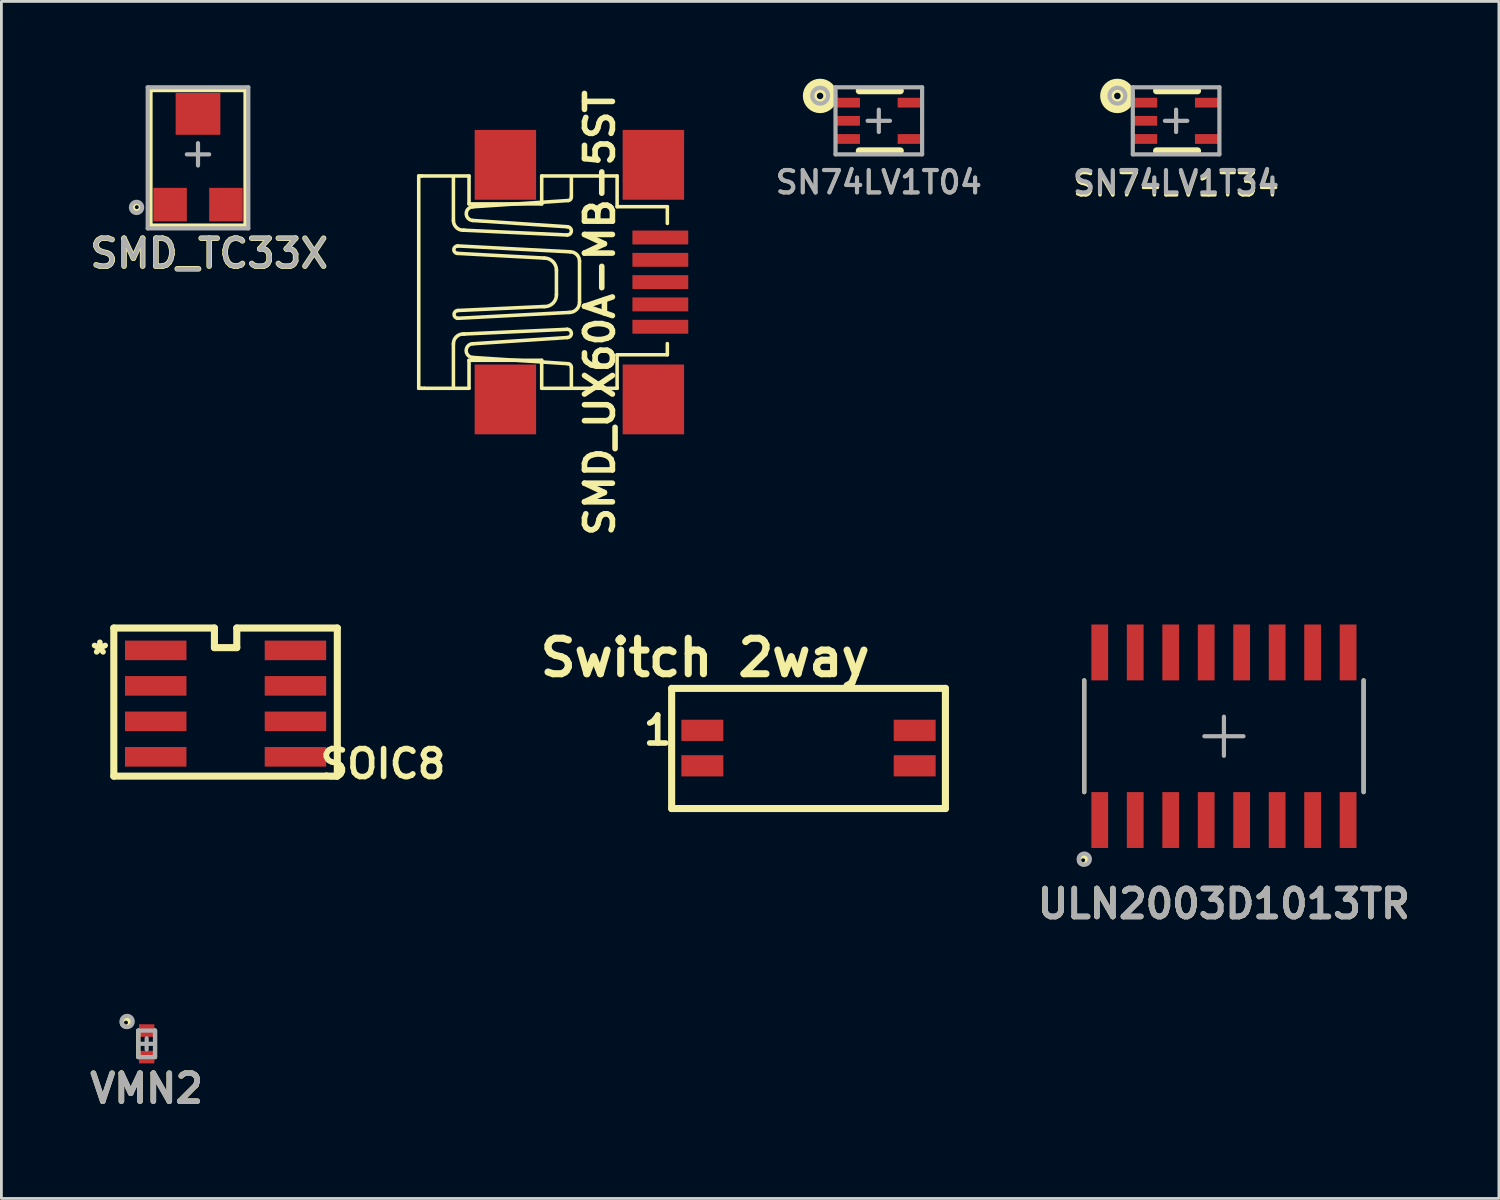
<source format=kicad_pcb>
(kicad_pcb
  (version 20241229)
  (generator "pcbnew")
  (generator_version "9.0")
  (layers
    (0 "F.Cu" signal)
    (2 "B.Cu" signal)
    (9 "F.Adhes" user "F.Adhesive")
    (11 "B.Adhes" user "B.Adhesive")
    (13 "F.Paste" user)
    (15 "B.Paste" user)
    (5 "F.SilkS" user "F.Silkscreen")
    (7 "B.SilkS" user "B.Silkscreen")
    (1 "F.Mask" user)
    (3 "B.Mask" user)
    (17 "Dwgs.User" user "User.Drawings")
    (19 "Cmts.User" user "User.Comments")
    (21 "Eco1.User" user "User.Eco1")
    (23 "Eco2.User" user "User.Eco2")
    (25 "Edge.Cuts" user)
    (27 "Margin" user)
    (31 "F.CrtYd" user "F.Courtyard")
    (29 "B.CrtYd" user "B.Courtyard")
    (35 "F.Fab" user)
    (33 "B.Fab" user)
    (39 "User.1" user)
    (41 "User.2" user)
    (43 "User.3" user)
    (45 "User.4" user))
  (footprint "SN74LV1T04"
    (layer "F.Cu")
    (at 28.409 1.275)
    (property "Reference" "SN74LV1T04" (at 0 2.2 0) (layer "F.SilkS") (effects (font (size 0.8 0.8) (thickness 0.125))))
    (attr smd)
    (fp_line (start -0.7 -1.075) (end 0.77 -1.075) (stroke (width 0.25) (type solid)) (layer "F.SilkS"))
    (fp_line (start -0.7 1.075) (end 0.77 1.075) (stroke (width 0.25) (type solid)) (layer "F.SilkS"))
    (fp_circle (center -2.103 -0.891) (end -2.001 -0.947) (stroke (width 0.5) (type solid)) (fill no) (layer "F.SilkS"))
    (fp_line (start -1.55 -1.2) (end 1.55 -1.2) (stroke (width 0.15) (type solid)) (layer "F.Fab"))
    (fp_line (start -1.55 1.2) (end -1.55 -1.2) (stroke (width 0.15) (type solid)) (layer "F.Fab"))
    (fp_line (start -0.4 0) (end 0.4 0) (stroke (width 0.15) (type solid)) (layer "F.Fab"))
    (fp_line (start 0 -0.4) (end 0 0.4) (stroke (width 0.15) (type solid)) (layer "F.Fab"))
    (fp_line (start 1.55 -1.2) (end 1.55 1.2) (stroke (width 0.15) (type solid)) (layer "F.Fab"))
    (fp_line (start 1.55 1.2) (end -1.55 1.2) (stroke (width 0.15) (type solid)) (layer "F.Fab"))
    (fp_circle (center -2.1 -0.9) (end -1.9 -0.7) (stroke (width 0.15) (type solid)) (fill no) (layer "F.Fab"))
    (fp_text user "${REFERENCE}" (at 0 2.2 0) (layer "F.Fab") (effects (font (size 0.8 0.8) (thickness 0.15))))
    (pad "1" smd rect (at -1.1 -0.65) (size 0.85 0.35) (layers "F.Cu" "F.Mask" "F.Paste"))
    (pad "2" smd rect (at -1.1 0) (size 0.85 0.35) (layers "F.Cu" "F.Mask" "F.Paste"))
    (pad "3" smd rect (at -1.1 0.65) (size 0.85 0.35) (layers "F.Cu" "F.Mask" "F.Paste"))
    (pad "4" smd rect (at 1.1 0.65) (size 0.85 0.35) (layers "F.Cu" "F.Mask" "F.Paste"))
    (pad "5" smd rect (at 1.1 -0.65) (size 0.85 0.35) (layers "F.Cu" "F.Mask" "F.Paste")))
  (footprint "ULN2003D1013TR"
    (layer "F.Cu")
    (at 40.763 23.305)
    (property "Reference" "ULN2003D1013TR" (at 0 6 0) (layer "F.SilkS") (effects (font (size 1 1) (thickness 0.2))))
    (attr through_hole)
    (fp_line (start -5 -2) (end -5 2) (stroke (width 0.15) (type solid)) (layer "F.SilkS"))
    (fp_line (start 5 -2) (end 5 2) (stroke (width 0.15) (type solid)) (layer "F.SilkS"))
    (fp_circle (center -5.04 4.44) (end -4.933 4.54) (stroke (width 0.152) (type solid)) (fill no) (layer "F.SilkS"))
    (fp_line (start -5 -2) (end -5 2) (stroke (width 0.15) (type solid)) (layer "F.Fab"))
    (fp_line (start -0.7 0) (end 0.7 0) (stroke (width 0.15) (type solid)) (layer "F.Fab"))
    (fp_line (start 0 -0.7) (end 0 0.7) (stroke (width 0.15) (type solid)) (layer "F.Fab"))
    (fp_line (start 5 -2) (end 5 2) (stroke (width 0.15) (type solid)) (layer "F.Fab"))
    (fp_circle (center -5 4.4) (end -4.8 4.4) (stroke (width 0.15) (type solid)) (fill no) (layer "F.Fab"))
    (fp_text user "${REFERENCE}" (at 0 6 0) (layer "F.Fab") (effects (font (size 1 1) (thickness 0.2))))
    (pad "1" smd rect (at -4.445 3) (size 0.6 2) (layers "F.Cu" "F.Mask" "F.Paste"))
    (pad "2" smd rect (at -3.175 3) (size 0.6 2) (layers "F.Cu" "F.Mask" "F.Paste"))
    (pad "3" smd rect (at -1.905 3) (size 0.6 2) (layers "F.Cu" "F.Mask" "F.Paste"))
    (pad "4" smd rect (at -0.635 3) (size 0.6 2) (layers "F.Cu" "F.Mask" "F.Paste"))
    (pad "5" smd rect (at 0.635 3) (size 0.6 2) (layers "F.Cu" "F.Mask" "F.Paste"))
    (pad "6" smd rect (at 1.905 3) (size 0.6 2) (layers "F.Cu" "F.Mask" "F.Paste"))
    (pad "7" smd rect (at 3.175 3) (size 0.6 2) (layers "F.Cu" "F.Mask" "F.Paste"))
    (pad "8" smd rect (at 4.445 3) (size 0.6 2) (layers "F.Cu" "F.Mask" "F.Paste"))
    (pad "9" smd rect (at 4.445 -3) (size 0.6 2) (layers "F.Cu" "F.Mask" "F.Paste"))
    (pad "10" smd rect (at 3.175 -3) (size 0.6 2) (layers "F.Cu" "F.Mask" "F.Paste"))
    (pad "11" smd rect (at 1.905 -3) (size 0.6 2) (layers "F.Cu" "F.Mask" "F.Paste"))
    (pad "12" smd rect (at 0.635 -3) (size 0.6 2) (layers "F.Cu" "F.Mask" "F.Paste"))
    (pad "13" smd rect (at -0.635 -3) (size 0.6 2) (layers "F.Cu" "F.Mask" "F.Paste"))
    (pad "14" smd rect (at -1.905 -3) (size 0.6 2) (layers "F.Cu" "F.Mask" "F.Paste"))
    (pad "15" smd rect (at -3.175 -3) (size 0.6 2) (layers "F.Cu" "F.Mask" "F.Paste"))
    (pad "16" smd rect (at -4.445 -3) (size 0.6 2) (layers "F.Cu" "F.Mask" "F.Paste")))
  (footprint "VMN2"
    (layer "F.Cu")
    (at 2.2 34.316)
    (property "Reference" "VMN2" (at 0 1.6 0) (layer "F.SilkS") (effects (font (size 1 1) (thickness 0.2))))
    (attr through_hole)
    (fp_line (start -0.3 0.475) (end -0.3 -0.475) (stroke (width 0.15) (type solid)) (layer "F.SilkS"))
    (fp_line (start 0.3 0.475) (end 0.3 -0.475) (stroke (width 0.15) (type solid)) (layer "F.SilkS"))
    (fp_circle (center -0.74 -0.76) (end -0.633 -0.66) (stroke (width 0.152) (type solid)) (fill no) (layer "F.SilkS"))
    (fp_line (start -0.3 -0.475) (end -0.3 0.475) (stroke (width 0.15) (type solid)) (layer "F.Fab"))
    (fp_line (start -0.2 0) (end 0.2 0) (stroke (width 0.15) (type solid)) (layer "F.Fab"))
    (fp_line (start 0 -0.2) (end 0 0.2) (stroke (width 0.15) (type solid)) (layer "F.Fab"))
    (fp_line (start 0.3 -0.475) (end -0.3 -0.475) (stroke (width 0.15) (type solid)) (layer "F.Fab"))
    (fp_line (start 0.3 -0.475) (end 0.3 0.475) (stroke (width 0.15) (type solid)) (layer "F.Fab"))
    (fp_line (start 0.3 0.475) (end -0.3 0.475) (stroke (width 0.15) (type solid)) (layer "F.Fab"))
    (fp_circle (center -0.7 -0.8) (end -0.5 -0.8) (stroke (width 0.15) (type solid)) (fill no) (layer "F.Fab"))
    (fp_text user "${REFERENCE}" (at 0 1.6 0) (layer "F.Fab") (effects (font (size 1 1) (thickness 0.2))))
    (pad "1" smd rect (at 0 -0.475) (size 0.55 0.45) (layers "F.Cu" "F.Mask" "F.Paste"))
    (pad "2" smd rect (at 0 0.475) (size 0.55 0.45) (layers "F.Cu" "F.Mask" "F.Paste")))
  (footprint "SMD_UX60A-MB-5ST"
    (layer "F.Cu")
    (at 18.34 7.049)
    (property "Reference" "SMD_UX60A-MB-5ST" (at 0.08 1.103 90) (layer "F.SilkS") (effects (font (size 1 1) (thickness 0.2))))
    (attr smd)
    (fp_line (start -6.401 -3.8) (end -6.401 3.8) (stroke (width 0.127) (type solid)) (layer "F.SilkS"))
    (fp_line (start -6.401 3.8) (end -6.299 3.8) (stroke (width 0.127) (type solid)) (layer "F.SilkS"))
    (fp_line (start -6.299 -3.8) (end -6.401 -3.8) (stroke (width 0.127) (type solid)) (layer "F.SilkS"))
    (fp_line (start -6.299 -3.8) (end -4.6 -3.8) (stroke (width 0.127) (type solid)) (layer "F.SilkS"))
    (fp_line (start -6.2 3.8) (end -6.299 3.8) (stroke (width 0.127) (type solid)) (layer "F.SilkS"))
    (fp_line (start -5.159 -3.749) (end -5.159 -2.207) (stroke (width 0.127) (type solid)) (layer "F.SilkS"))
    (fp_line (start -5.159 3.749) (end -5.159 2.207) (stroke (width 0.127) (type solid)) (layer "F.SilkS"))
    (fp_line (start -5.019 -1.029) (end -1.905 -0.861) (stroke (width 0.127) (type solid)) (layer "F.SilkS"))
    (fp_line (start -5.004 1.295) (end -1.008 1.085) (stroke (width 0.127) (type solid)) (layer "F.SilkS"))
    (fp_line (start -4.808 -1.857) (end -4.765 -1.857) (stroke (width 0.127) (type solid)) (layer "F.SilkS"))
    (fp_line (start -4.808 1.857) (end -4.765 1.857) (stroke (width 0.127) (type solid)) (layer "F.SilkS"))
    (fp_line (start -4.765 -1.857) (end -1.092 -1.687) (stroke (width 0.127) (type solid)) (layer "F.SilkS"))
    (fp_line (start -4.765 1.857) (end -1.092 1.689) (stroke (width 0.127) (type solid)) (layer "F.SilkS"))
    (fp_line (start -4.6 -3.8) (end -4.6 -2.799) (stroke (width 0.127) (type solid)) (layer "F.SilkS"))
    (fp_line (start -4.6 -2.799) (end -1.999 -2.799) (stroke (width 0.127) (type solid)) (layer "F.SilkS"))
    (fp_line (start -4.6 2.799) (end -4.6 3.8) (stroke (width 0.127) (type solid)) (layer "F.SilkS"))
    (fp_line (start -4.6 3.8) (end -6.2 3.8) (stroke (width 0.127) (type solid)) (layer "F.SilkS"))
    (fp_line (start -4.458 -2.697) (end -1.052 -2.921) (stroke (width 0.127) (type solid)) (layer "F.SilkS"))
    (fp_line (start -4.458 2.697) (end -1.052 2.921) (stroke (width 0.127) (type solid)) (layer "F.SilkS"))
    (fp_line (start -1.999 -3.8) (end 0.701 -3.8) (stroke (width 0.127) (type solid)) (layer "F.SilkS"))
    (fp_line (start -1.999 -2.799) (end -1.999 -3.8) (stroke (width 0.127) (type solid)) (layer "F.SilkS"))
    (fp_line (start -1.999 2.799) (end -4.6 2.799) (stroke (width 0.127) (type solid)) (layer "F.SilkS"))
    (fp_line (start -1.999 3.8) (end -1.999 2.799) (stroke (width 0.127) (type solid)) (layer "F.SilkS"))
    (fp_line (start -1.961 0.876) (end -5.004 1.016) (stroke (width 0.127) (type solid)) (layer "F.SilkS"))
    (fp_line (start -1.892 0.876) (end -1.961 0.876) (stroke (width 0.127) (type solid)) (layer "F.SilkS"))
    (fp_line (start -1.471 -0.427) (end -1.471 0.455) (stroke (width 0.127) (type solid)) (layer "F.SilkS"))
    (fp_line (start -1.079 -1.981) (end -4.47 -2.207) (stroke (width 0.127) (type solid)) (layer "F.SilkS"))
    (fp_line (start -1.079 1.984) (end -4.47 2.207) (stroke (width 0.127) (type solid)) (layer "F.SilkS"))
    (fp_line (start -0.98 -1.085) (end -5.004 -1.295) (stroke (width 0.127) (type solid)) (layer "F.SilkS"))
    (fp_line (start -0.937 -3.048) (end -0.937 -3.749) (stroke (width 0.127) (type solid)) (layer "F.SilkS"))
    (fp_line (start -0.937 3.048) (end -0.937 3.749) (stroke (width 0.127) (type solid)) (layer "F.SilkS"))
    (fp_line (start -0.645 0.721) (end -0.645 -0.749) (stroke (width 0.127) (type solid)) (layer "F.SilkS"))
    (fp_line (start 0.701 -3.8) (end 0.701 -2.7) (stroke (width 0.127) (type solid)) (layer "F.SilkS"))
    (fp_line (start 0.701 -2.7) (end 2.499 -2.7) (stroke (width 0.127) (type solid)) (layer "F.SilkS"))
    (fp_line (start 0.701 2.601) (end 0.701 3.8) (stroke (width 0.127) (type solid)) (layer "F.SilkS"))
    (fp_line (start 0.701 3.8) (end -1.999 3.8) (stroke (width 0.127) (type solid)) (layer "F.SilkS"))
    (fp_line (start 2.499 -2.7) (end 2.499 -2.101) (stroke (width 0.127) (type solid)) (layer "F.SilkS"))
    (fp_line (start 2.499 2.2) (end 2.499 2.601) (stroke (width 0.127) (type solid)) (layer "F.SilkS"))
    (fp_line (start 2.499 2.601) (end 0.701 2.601) (stroke (width 0.127) (type solid)) (layer "F.SilkS"))
    (fp_arc (start -5.15874 2.20726) (mid -5.056291 1.959621) (end -4.808832 1.856741) (stroke (width 0.127) (type solid)) (layer "F.SilkS"))
    (fp_arc (start -5.01904 -1.0287) (mid -5.1435 -1.1684) (end -5.0038 -1.29286) (stroke (width 0.127) (type solid)) (layer "F.SilkS"))
    (fp_arc (start -5.0038 1.2954) (mid -5.136084 1.154669) (end -5.001741 1.015903) (stroke (width 0.127) (type solid)) (layer "F.SilkS"))
    (fp_arc (start -4.80822 -1.85674) (mid -5.056075 -1.959405) (end -5.15874 -2.20726) (stroke (width 0.127) (type solid)) (layer "F.SilkS"))
    (fp_arc (start -4.4704 -2.20726) (mid -4.6994 -2.457181) (end -4.458246 -2.695396) (stroke (width 0.127) (type solid)) (layer "F.SilkS"))
    (fp_arc (start -4.4577 2.69748) (mid -4.701462 2.457805) (end -4.4711 2.205223) (stroke (width 0.127) (type solid)) (layer "F.SilkS"))
    (fp_arc (start -1.905 -0.86106) (mid -1.597875 -0.733845) (end -1.47066 -0.42672) (stroke (width 0.127) (type solid)) (layer "F.SilkS"))
    (fp_arc (start -1.47066 0.45466) (mid -1.594155 0.752805) (end -1.8923 0.8763) (stroke (width 0.127) (type solid)) (layer "F.SilkS"))
    (fp_arc (start -1.0922 1.6891) (mid -0.93728 1.828414) (end -1.076189 1.983698) (stroke (width 0.127) (type solid)) (layer "F.SilkS"))
    (fp_arc (start -1.0795 -1.9812) (mid -0.937247 -1.829185) (end -1.088889 -1.686535) (stroke (width 0.127) (type solid)) (layer "F.SilkS"))
    (fp_arc (start -1.05156 2.921) (mid -0.968219 2.961381) (end -0.937155 3.048624) (stroke (width 0.127) (type solid)) (layer "F.SilkS"))
    (fp_arc (start -0.98044 -1.08458) (mid -0.743568 -0.986586) (end -0.645161 -0.749885) (stroke (width 0.127) (type solid)) (layer "F.SilkS"))
    (fp_arc (start -0.93726 -3.048) (mid -0.966949 -2.96028) (end -1.049646 -2.918595) (stroke (width 0.127) (type solid)) (layer "F.SilkS"))
    (fp_arc (start -0.64516 0.72136) (mid -0.751545 0.978195) (end -1.00838 1.08458) (stroke (width 0.127) (type solid)) (layer "F.SilkS"))
    (pad "1" smd rect (at 2.248 -1.598) (size 1.999 0.498) (layers "F.Cu" "F.Mask" "F.Paste"))
    (pad "2" smd rect (at 2.248 -0.798) (size 1.999 0.498) (layers "F.Cu" "F.Mask" "F.Paste"))
    (pad "3" smd rect (at 2.248 0) (size 1.999 0.498) (layers "F.Cu" "F.Mask" "F.Paste"))
    (pad "4" smd rect (at 2.248 0.798) (size 1.999 0.498) (layers "F.Cu" "F.Mask" "F.Paste"))
    (pad "5" smd rect (at 2.248 1.598) (size 1.999 0.498) (layers "F.Cu" "F.Mask" "F.Paste"))
    (pad "M1" smd rect (at -3.299 4.199) (size 2.2 2.499) (layers "F.Cu" "F.Mask" "F.Paste"))
    (pad "M2" smd rect (at -3.299 -4.199) (size 2.2 2.499) (layers "F.Cu" "F.Mask" "F.Paste"))
    (pad "M3" smd rect (at 1.999 -4.199) (size 2.2 2.499) (layers "F.Cu" "F.Mask" "F.Paste"))
    (pad "M4" smd rect (at 1.999 4.199) (size 2.2 2.499) (layers "F.Cu" "F.Mask" "F.Paste")))
  (footprint "SMD_TC33X"
    (layer "F.Cu")
    (at 4.038 2.475)
    (property "Reference" "SMD_TC33X" (at 0.4 3.55 0) (layer "F.SilkS") (effects (font (size 1 1) (thickness 0.2))))
    (attr through_hole)
    (fp_line (start -1.7 -2.3) (end -1.7 2.55) (stroke (width 0.15) (type solid)) (layer "F.SilkS"))
    (fp_line (start -1.7 -2.3) (end 1.7 -2.3) (stroke (width 0.15) (type solid)) (layer "F.SilkS"))
    (fp_line (start -1.7 2.55) (end 1.7 2.55) (stroke (width 0.15) (type solid)) (layer "F.SilkS"))
    (fp_line (start 1.7 -2.3) (end 1.7 2.55) (stroke (width 0.15) (type solid)) (layer "F.SilkS"))
    (fp_circle (center -2.19 1.89) (end -2.083 1.99) (stroke (width 0.152) (type solid)) (fill no) (layer "F.SilkS"))
    (fp_line (start -1.8 -2.4) (end -1.8 2.65) (stroke (width 0.15) (type solid)) (layer "F.Fab"))
    (fp_line (start -0.4 0) (end 0.4 0) (stroke (width 0.15) (type solid)) (layer "F.Fab"))
    (fp_line (start 0 -0.4) (end 0 0.4) (stroke (width 0.15) (type solid)) (layer "F.Fab"))
    (fp_line (start 1.8 -2.4) (end -1.8 -2.4) (stroke (width 0.15) (type solid)) (layer "F.Fab"))
    (fp_line (start 1.8 -2.4) (end 1.8 2.65) (stroke (width 0.15) (type solid)) (layer "F.Fab"))
    (fp_line (start 1.8 2.65) (end -1.8 2.65) (stroke (width 0.15) (type solid)) (layer "F.Fab"))
    (fp_circle (center -2.2 1.9) (end -2 1.9) (stroke (width 0.15) (type solid)) (fill no) (layer "F.Fab"))
    (fp_text user "${REFERENCE}" (at 0.4 3.55 0) (layer "F.Fab") (effects (font (size 1 1) (thickness 0.15))))
    (pad "1" smd rect (at -1 1.8) (size 1.2 1.2) (layers "F.Cu" "F.Mask" "F.Paste"))
    (pad "2" smd rect (at 0 -1.45) (size 1.6 1.5) (layers "F.Cu" "F.Mask" "F.Paste"))
    (pad "3" smd rect (at 1 1.8) (size 1.2 1.2) (layers "F.Cu" "F.Mask" "F.Paste")))
  (footprint "Switch 2way"
    (layer "F.Cu")
    (at 22.093 23.094)
    (property "Reference" "Switch 2way" (at 0.099 -2.601 0) (layer "F.SilkS") (effects (font (size 1.27 1.27) (thickness 0.254))))
    (attr through_hole)
    (fp_line (start -1.1 -1.501) (end -1.1 2.799) (stroke (width 0.254) (type solid)) (layer "F.SilkS"))
    (fp_line (start -1.1 2.799) (end 8.7 2.799) (stroke (width 0.254) (type solid)) (layer "F.SilkS"))
    (fp_line (start 8.7 -1.501) (end -1.1 -1.501) (stroke (width 0.254) (type solid)) (layer "F.SilkS"))
    (fp_line (start 8.7 2.799) (end 8.7 -1.501) (stroke (width 0.254) (type solid)) (layer "F.SilkS"))
    (fp_text user "1" (at -1.6 0 0) (layer "F.SilkS") (effects (font (size 1.001 1.001) (thickness 0.201))))
    (pad "1" smd rect (at 0 0) (size 1.501 0.759) (layers "F.Cu" "F.Mask" "F.Paste"))
    (pad "2" smd rect (at 0 1.27) (size 1.501 0.759) (layers "F.Cu" "F.Mask" "F.Paste"))
    (pad "3" smd rect (at 7.6 1.27) (size 1.501 0.759) (layers "F.Cu" "F.Mask" "F.Paste"))
    (pad "4" smd rect (at 7.6 0) (size 1.501 0.759) (layers "F.Cu" "F.Mask" "F.Paste")))
  (footprint "SN74LV1T34"
    (layer "F.Cu")
    (at 39.051 1.275)
    (property "Reference" "SN74LV1T34" (at 0 2.286 0) (layer "F.SilkS") (effects (font (size 0.8 0.8) (thickness 0.125))))
    (attr smd)
    (fp_line (start -0.7 -1.075) (end 0.77 -1.075) (stroke (width 0.25) (type solid)) (layer "F.SilkS"))
    (fp_line (start -0.7 1.075) (end 0.77 1.075) (stroke (width 0.25) (type solid)) (layer "F.SilkS"))
    (fp_circle (center -2.103 -0.891) (end -2.001 -0.947) (stroke (width 0.5) (type solid)) (fill no) (layer "F.SilkS"))
    (fp_line (start -1.55 -1.2) (end 1.55 -1.2) (stroke (width 0.15) (type solid)) (layer "F.Fab"))
    (fp_line (start -1.55 1.2) (end -1.55 -1.2) (stroke (width 0.15) (type solid)) (layer "F.Fab"))
    (fp_line (start -0.4 0) (end 0.4 0) (stroke (width 0.15) (type solid)) (layer "F.Fab"))
    (fp_line (start 0 -0.4) (end 0 0.4) (stroke (width 0.15) (type solid)) (layer "F.Fab"))
    (fp_line (start 1.55 -1.2) (end 1.55 1.2) (stroke (width 0.15) (type solid)) (layer "F.Fab"))
    (fp_line (start 1.55 1.2) (end -1.55 1.2) (stroke (width 0.15) (type solid)) (layer "F.Fab"))
    (fp_circle (center -2.1 -0.9) (end -1.9 -0.7) (stroke (width 0.15) (type solid)) (fill no) (layer "F.Fab"))
    (fp_text user "${REFERENCE}" (at 0 2.2 0) (layer "F.Fab") (effects (font (size 0.8 0.8) (thickness 0.15))))
    (pad "1" smd rect (at -1.1 -0.65) (size 0.85 0.35) (layers "F.Cu" "F.Mask" "F.Paste"))
    (pad "2" smd rect (at -1.1 0) (size 0.85 0.35) (layers "F.Cu" "F.Mask" "F.Paste"))
    (pad "3" smd rect (at -1.1 0.65) (size 0.85 0.35) (layers "F.Cu" "F.Mask" "F.Paste"))
    (pad "4" smd rect (at 1.1 0.65) (size 0.85 0.35) (layers "F.Cu" "F.Mask" "F.Paste"))
    (pad "5" smd rect (at 1.1 -0.65) (size 0.85 0.35) (layers "F.Cu" "F.Mask" "F.Paste")))
  (footprint "SOIC8"
    (layer "F.Cu")
    (at 5.025 22.132)
    (property "Reference" "SOIC8" (at 5.633 2.163 0) (layer "F.SilkS") (effects (font (size 1 1) (thickness 0.2))))
    (attr smd)
    (fp_line (start -4.001 -2.7) (end -0.399 -2.7) (stroke (width 0.254) (type solid)) (layer "F.SilkS"))
    (fp_line (start -4.001 2.601) (end -4.001 -2.7) (stroke (width 0.254) (type solid)) (layer "F.SilkS"))
    (fp_line (start -0.399 -2.7) (end -0.399 -1.999) (stroke (width 0.254) (type solid)) (layer "F.SilkS"))
    (fp_line (start -0.399 -1.999) (end 0.401 -1.999) (stroke (width 0.254) (type solid)) (layer "F.SilkS"))
    (fp_line (start 0.401 -2.7) (end 4 -2.7) (stroke (width 0.254) (type solid)) (layer "F.SilkS"))
    (fp_line (start 0.401 -1.999) (end 0.401 -2.7) (stroke (width 0.254) (type solid)) (layer "F.SilkS"))
    (fp_line (start 4 -2.7) (end 4 2.601) (stroke (width 0.254) (type solid)) (layer "F.SilkS"))
    (fp_line (start 4 2.601) (end -4.001 2.601) (stroke (width 0.254) (type solid)) (layer "F.SilkS"))
    (fp_text user "*" (at -4.5 -1.75 0) (layer "F.SilkS") (effects (font (size 0.8 0.8) (thickness 0.2))))
    (pad "1" smd rect (at -2.5 -1.9) (size 2.2 0.701) (layers "F.Cu" "F.Mask" "F.Paste"))
    (pad "2" smd rect (at -2.5 -0.63) (size 2.2 0.701) (layers "F.Cu" "F.Mask" "F.Paste"))
    (pad "3" smd rect (at -2.5 0.64) (size 2.2 0.701) (layers "F.Cu" "F.Mask" "F.Paste"))
    (pad "4" smd rect (at -2.5 1.91) (size 2.2 0.701) (layers "F.Cu" "F.Mask" "F.Paste"))
    (pad "5" smd rect (at 2.501 1.91) (size 2.2 0.701) (layers "F.Cu" "F.Mask" "F.Paste"))
    (pad "6" smd rect (at 2.501 0.64) (size 2.2 0.701) (layers "F.Cu" "F.Mask" "F.Paste"))
    (pad "7" smd rect (at 2.501 -0.63) (size 2.2 0.701) (layers "F.Cu" "F.Mask" "F.Paste"))
    (pad "8" smd rect (at 2.501 -1.9) (size 2.2 0.701) (layers "F.Cu" "F.Mask" "F.Paste")))
  (gr_rect
    (start -3 -3)
    (end 50.606 39.852)
    (stroke (width 0.1) (type default))
    (fill no)
    (layer "Edge.Cuts")))
</source>
